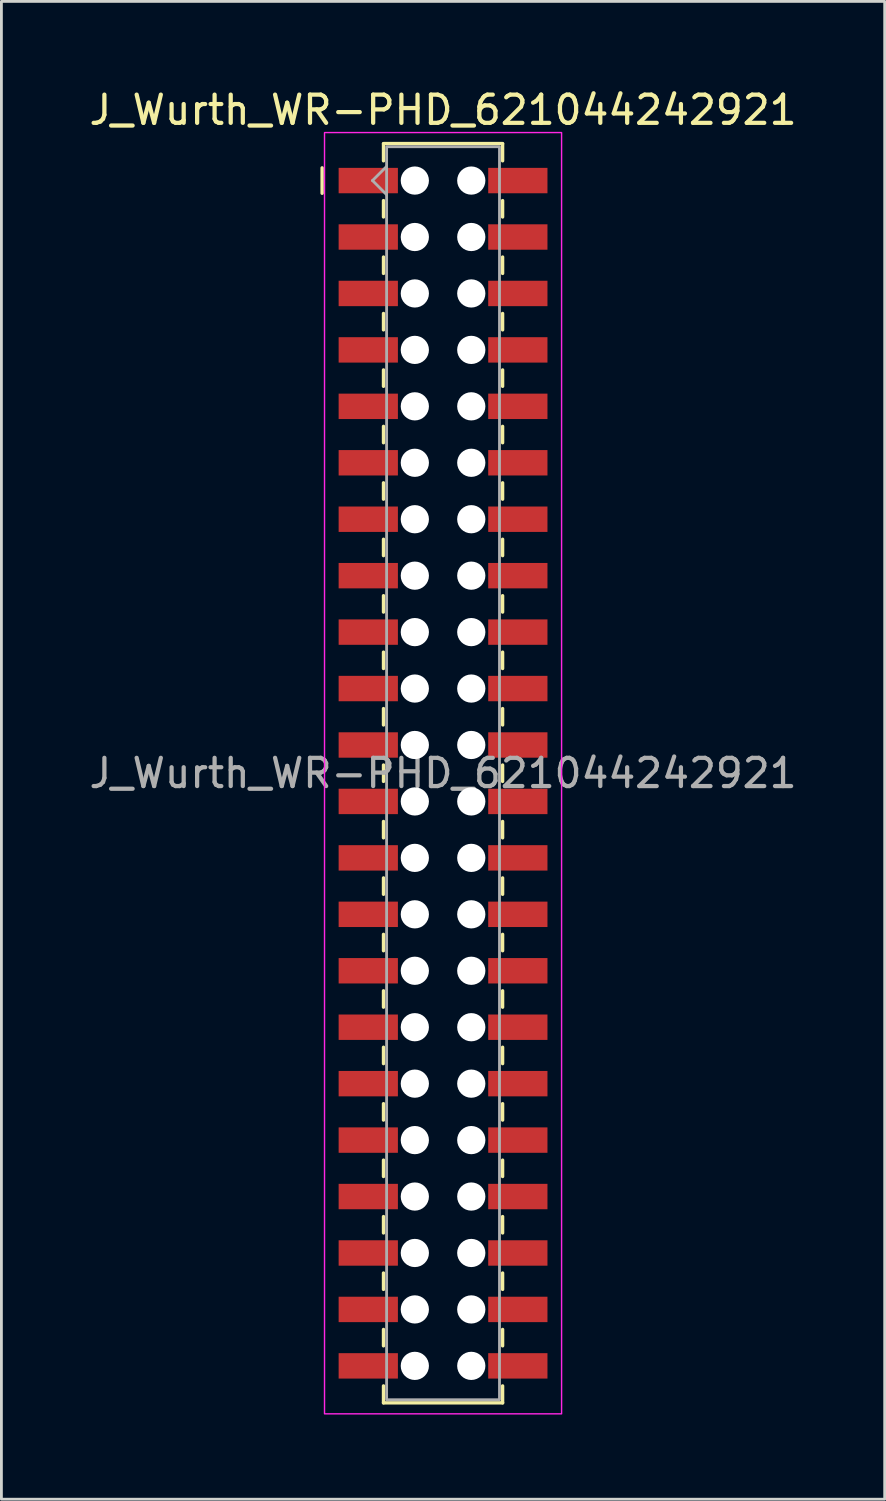
<source format=kicad_pcb>
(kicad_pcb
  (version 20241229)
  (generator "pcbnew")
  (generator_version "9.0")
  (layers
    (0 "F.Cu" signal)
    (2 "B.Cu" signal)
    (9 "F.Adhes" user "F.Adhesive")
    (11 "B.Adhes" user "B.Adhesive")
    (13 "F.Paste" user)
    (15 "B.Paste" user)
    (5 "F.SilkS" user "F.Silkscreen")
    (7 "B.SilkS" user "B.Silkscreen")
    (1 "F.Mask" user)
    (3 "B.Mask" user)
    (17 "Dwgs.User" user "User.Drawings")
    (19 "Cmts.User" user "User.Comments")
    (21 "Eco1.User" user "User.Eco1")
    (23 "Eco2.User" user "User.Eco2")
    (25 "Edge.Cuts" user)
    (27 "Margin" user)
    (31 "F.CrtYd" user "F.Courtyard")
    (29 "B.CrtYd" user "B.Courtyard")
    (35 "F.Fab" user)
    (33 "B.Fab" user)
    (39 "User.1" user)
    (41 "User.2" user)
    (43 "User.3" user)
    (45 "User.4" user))
  (footprint "J_Wurth_WR-PHD_621044242921"
    (layer "F.Cu")
    (at 12.649 24.348)
    (property "Reference" "J_Wurth_WR-PHD_621044242921" (at 0 -23.5 0) (unlocked yes) (layer "F.SilkS") (effects (font (size 1 1) (thickness 0.15))))
    (attr smd)
    (fp_line (start -4.285 -21.45) (end -4.285 -20.55) (stroke (width 0.12) (type solid)) (layer "F.SilkS"))
    (fp_line (start -2.11 -22.31) (end 2.11 -22.31) (stroke (width 0.12) (type solid)) (layer "F.SilkS"))
    (fp_line (start -2.11 -21.7) (end -2.11 -22.3) (stroke (width 0.12) (type solid)) (layer "F.SilkS"))
    (fp_line (start -2.11 -20.29) (end -2.11 -19.71) (stroke (width 0.12) (type solid)) (layer "F.SilkS"))
    (fp_line (start -2.11 -18.29) (end -2.11 -17.71) (stroke (width 0.12) (type solid)) (layer "F.SilkS"))
    (fp_line (start -2.11 -16.29) (end -2.11 -15.71) (stroke (width 0.12) (type solid)) (layer "F.SilkS"))
    (fp_line (start -2.11 -14.29) (end -2.11 -13.71) (stroke (width 0.12) (type solid)) (layer "F.SilkS"))
    (fp_line (start -2.11 -12.29) (end -2.11 -11.71) (stroke (width 0.12) (type solid)) (layer "F.SilkS"))
    (fp_line (start -2.11 -10.29) (end -2.11 -9.71) (stroke (width 0.12) (type solid)) (layer "F.SilkS"))
    (fp_line (start -2.11 -8.29) (end -2.11 -7.71) (stroke (width 0.12) (type solid)) (layer "F.SilkS"))
    (fp_line (start -2.11 -6.29) (end -2.11 -5.71) (stroke (width 0.12) (type solid)) (layer "F.SilkS"))
    (fp_line (start -2.11 -4.29) (end -2.11 -3.71) (stroke (width 0.12) (type solid)) (layer "F.SilkS"))
    (fp_line (start -2.11 -2.29) (end -2.11 -1.71) (stroke (width 0.12) (type solid)) (layer "F.SilkS"))
    (fp_line (start -2.11 -0.29) (end -2.11 0.29) (stroke (width 0.12) (type solid)) (layer "F.SilkS"))
    (fp_line (start -2.11 1.71) (end -2.11 2.29) (stroke (width 0.12) (type solid)) (layer "F.SilkS"))
    (fp_line (start -2.11 3.71) (end -2.11 4.29) (stroke (width 0.12) (type solid)) (layer "F.SilkS"))
    (fp_line (start -2.11 5.71) (end -2.11 6.29) (stroke (width 0.12) (type solid)) (layer "F.SilkS"))
    (fp_line (start -2.11 7.71) (end -2.11 8.29) (stroke (width 0.12) (type solid)) (layer "F.SilkS"))
    (fp_line (start -2.11 9.71) (end -2.11 10.29) (stroke (width 0.12) (type solid)) (layer "F.SilkS"))
    (fp_line (start -2.11 11.71) (end -2.11 12.29) (stroke (width 0.12) (type solid)) (layer "F.SilkS"))
    (fp_line (start -2.11 13.71) (end -2.11 14.29) (stroke (width 0.12) (type solid)) (layer "F.SilkS"))
    (fp_line (start -2.11 15.71) (end -2.11 16.29) (stroke (width 0.12) (type solid)) (layer "F.SilkS"))
    (fp_line (start -2.11 17.71) (end -2.11 18.29) (stroke (width 0.12) (type solid)) (layer "F.SilkS"))
    (fp_line (start -2.11 19.71) (end -2.11 20.29) (stroke (width 0.12) (type solid)) (layer "F.SilkS"))
    (fp_line (start -2.11 21.71) (end -2.11 22.31) (stroke (width 0.12) (type solid)) (layer "F.SilkS"))
    (fp_line (start 2.11 -21.7) (end 2.11 -22.3) (stroke (width 0.12) (type solid)) (layer "F.SilkS"))
    (fp_line (start 2.11 -20.29) (end 2.11 -19.71) (stroke (width 0.12) (type solid)) (layer "F.SilkS"))
    (fp_line (start 2.11 -18.29) (end 2.11 -17.71) (stroke (width 0.12) (type solid)) (layer "F.SilkS"))
    (fp_line (start 2.11 -16.29) (end 2.11 -15.71) (stroke (width 0.12) (type solid)) (layer "F.SilkS"))
    (fp_line (start 2.11 -14.29) (end 2.11 -13.71) (stroke (width 0.12) (type solid)) (layer "F.SilkS"))
    (fp_line (start 2.11 -12.29) (end 2.11 -11.71) (stroke (width 0.12) (type solid)) (layer "F.SilkS"))
    (fp_line (start 2.11 -10.29) (end 2.11 -9.71) (stroke (width 0.12) (type solid)) (layer "F.SilkS"))
    (fp_line (start 2.11 -8.29) (end 2.11 -7.71) (stroke (width 0.12) (type solid)) (layer "F.SilkS"))
    (fp_line (start 2.11 -6.29) (end 2.11 -5.71) (stroke (width 0.12) (type solid)) (layer "F.SilkS"))
    (fp_line (start 2.11 -4.29) (end 2.11 -3.71) (stroke (width 0.12) (type solid)) (layer "F.SilkS"))
    (fp_line (start 2.11 -2.29) (end 2.11 -1.71) (stroke (width 0.12) (type solid)) (layer "F.SilkS"))
    (fp_line (start 2.11 -0.29) (end 2.11 0.29) (stroke (width 0.12) (type solid)) (layer "F.SilkS"))
    (fp_line (start 2.11 1.71) (end 2.11 2.29) (stroke (width 0.12) (type solid)) (layer "F.SilkS"))
    (fp_line (start 2.11 3.71) (end 2.11 4.29) (stroke (width 0.12) (type solid)) (layer "F.SilkS"))
    (fp_line (start 2.11 5.71) (end 2.11 6.29) (stroke (width 0.12) (type solid)) (layer "F.SilkS"))
    (fp_line (start 2.11 7.71) (end 2.11 8.29) (stroke (width 0.12) (type solid)) (layer "F.SilkS"))
    (fp_line (start 2.11 9.71) (end 2.11 10.29) (stroke (width 0.12) (type solid)) (layer "F.SilkS"))
    (fp_line (start 2.11 11.71) (end 2.11 12.29) (stroke (width 0.12) (type solid)) (layer "F.SilkS"))
    (fp_line (start 2.11 13.71) (end 2.11 14.29) (stroke (width 0.12) (type solid)) (layer "F.SilkS"))
    (fp_line (start 2.11 15.71) (end 2.11 16.29) (stroke (width 0.12) (type solid)) (layer "F.SilkS"))
    (fp_line (start 2.11 17.71) (end 2.11 18.29) (stroke (width 0.12) (type solid)) (layer "F.SilkS"))
    (fp_line (start 2.11 19.71) (end 2.11 20.29) (stroke (width 0.12) (type solid)) (layer "F.SilkS"))
    (fp_line (start 2.11 21.71) (end 2.11 22.31) (stroke (width 0.12) (type solid)) (layer "F.SilkS"))
    (fp_line (start 2.11 22.31) (end -2.11 22.31) (stroke (width 0.12) (type solid)) (layer "F.SilkS"))
    (fp_rect (start -4.2 -22.7) (end 4.2 22.7) (stroke (width 0.05) (type solid)) (fill no) (layer "F.CrtYd"))
    (fp_line (start -2.5 -21) (end -2 -20.5) (stroke (width 0.1) (type default)) (layer "F.Fab"))
    (fp_line (start -2 -21.5) (end -2.5 -21) (stroke (width 0.1) (type default)) (layer "F.Fab"))
    (fp_rect (start -2 -22.2) (end 2 22.2) (stroke (width 0.1) (type solid)) (fill no) (layer "F.Fab"))
    (fp_text user "${REFERENCE}" (at 0 0 0) (unlocked yes) (layer "F.Fab") (effects (font (size 1 1) (thickness 0.15))))
    (pad "" np_thru_hole circle (at -1 -21 270) (size 1 1) (drill 1) (layers "*.Cu" "*.Mask"))
    (pad "" np_thru_hole circle (at -1 -19 270) (size 1 1) (drill 1) (layers "*.Cu" "*.Mask"))
    (pad "" np_thru_hole circle (at -1 -17 270) (size 1 1) (drill 1) (layers "*.Cu" "*.Mask"))
    (pad "" np_thru_hole circle (at -1 -15 270) (size 1 1) (drill 1) (layers "*.Cu" "*.Mask"))
    (pad "" np_thru_hole circle (at -1 -13 270) (size 1 1) (drill 1) (layers "*.Cu" "*.Mask"))
    (pad "" np_thru_hole circle (at -1 -11 270) (size 1 1) (drill 1) (layers "*.Cu" "*.Mask"))
    (pad "" np_thru_hole circle (at -1 -9 270) (size 1 1) (drill 1) (layers "*.Cu" "*.Mask"))
    (pad "" np_thru_hole circle (at -1 -7 270) (size 1 1) (drill 1) (layers "*.Cu" "*.Mask"))
    (pad "" np_thru_hole circle (at -1 -5 270) (size 1 1) (drill 1) (layers "*.Cu" "*.Mask"))
    (pad "" np_thru_hole circle (at -1 -3 270) (size 1 1) (drill 1) (layers "*.Cu" "*.Mask"))
    (pad "" np_thru_hole circle (at -1 -1 270) (size 1 1) (drill 1) (layers "*.Cu" "*.Mask"))
    (pad "" np_thru_hole circle (at -1 1 270) (size 1 1) (drill 1) (layers "*.Cu" "*.Mask"))
    (pad "" np_thru_hole circle (at -1 3 270) (size 1 1) (drill 1) (layers "*.Cu" "*.Mask"))
    (pad "" np_thru_hole circle (at -1 5 270) (size 1 1) (drill 1) (layers "*.Cu" "*.Mask"))
    (pad "" np_thru_hole circle (at -1 7 270) (size 1 1) (drill 1) (layers "*.Cu" "*.Mask"))
    (pad "" np_thru_hole circle (at -1 9 270) (size 1 1) (drill 1) (layers "*.Cu" "*.Mask"))
    (pad "" np_thru_hole circle (at -1 11 270) (size 1 1) (drill 1) (layers "*.Cu" "*.Mask"))
    (pad "" np_thru_hole circle (at -1 13 270) (size 1 1) (drill 1) (layers "*.Cu" "*.Mask"))
    (pad "" np_thru_hole circle (at -1 15 270) (size 1 1) (drill 1) (layers "*.Cu" "*.Mask"))
    (pad "" np_thru_hole circle (at -1 17 270) (size 1 1) (drill 1) (layers "*.Cu" "*.Mask"))
    (pad "" np_thru_hole circle (at -1 19 270) (size 1 1) (drill 1) (layers "*.Cu" "*.Mask"))
    (pad "" np_thru_hole circle (at -1 21 270) (size 1 1) (drill 1) (layers "*.Cu" "*.Mask"))
    (pad "" np_thru_hole circle (at 1 -21 270) (size 1 1) (drill 1) (layers "*.Cu" "*.Mask"))
    (pad "" np_thru_hole circle (at 1 -19 270) (size 1 1) (drill 1) (layers "*.Cu" "*.Mask"))
    (pad "" np_thru_hole circle (at 1 -17 270) (size 1 1) (drill 1) (layers "*.Cu" "*.Mask"))
    (pad "" np_thru_hole circle (at 1 -15 270) (size 1 1) (drill 1) (layers "*.Cu" "*.Mask"))
    (pad "" np_thru_hole circle (at 1 -13 270) (size 1 1) (drill 1) (layers "*.Cu" "*.Mask"))
    (pad "" np_thru_hole circle (at 1 -11 270) (size 1 1) (drill 1) (layers "*.Cu" "*.Mask"))
    (pad "" np_thru_hole circle (at 1 -9 270) (size 1 1) (drill 1) (layers "*.Cu" "*.Mask"))
    (pad "" np_thru_hole circle (at 1 -7 270) (size 1 1) (drill 1) (layers "*.Cu" "*.Mask"))
    (pad "" np_thru_hole circle (at 1 -5 270) (size 1 1) (drill 1) (layers "*.Cu" "*.Mask"))
    (pad "" np_thru_hole circle (at 1 -3 270) (size 1 1) (drill 1) (layers "*.Cu" "*.Mask"))
    (pad "" np_thru_hole circle (at 1 -1 270) (size 1 1) (drill 1) (layers "*.Cu" "*.Mask"))
    (pad "" np_thru_hole circle (at 1 1 270) (size 1 1) (drill 1) (layers "*.Cu" "*.Mask"))
    (pad "" np_thru_hole circle (at 1 3 270) (size 1 1) (drill 1) (layers "*.Cu" "*.Mask"))
    (pad "" np_thru_hole circle (at 1 5 270) (size 1 1) (drill 1) (layers "*.Cu" "*.Mask"))
    (pad "" np_thru_hole circle (at 1 7 270) (size 1 1) (drill 1) (layers "*.Cu" "*.Mask"))
    (pad "" np_thru_hole circle (at 1 9 270) (size 1 1) (drill 1) (layers "*.Cu" "*.Mask"))
    (pad "" np_thru_hole circle (at 1 11 270) (size 1 1) (drill 1) (layers "*.Cu" "*.Mask"))
    (pad "" np_thru_hole circle (at 1 13 270) (size 1 1) (drill 1) (layers "*.Cu" "*.Mask"))
    (pad "" np_thru_hole circle (at 1 15 270) (size 1 1) (drill 1) (layers "*.Cu" "*.Mask"))
    (pad "" np_thru_hole circle (at 1 17 270) (size 1 1) (drill 1) (layers "*.Cu" "*.Mask"))
    (pad "" np_thru_hole circle (at 1 19 270) (size 1 1) (drill 1) (layers "*.Cu" "*.Mask"))
    (pad "" np_thru_hole circle (at 1 21 270) (size 1 1) (drill 1) (layers "*.Cu" "*.Mask"))
    (pad "1" smd rect (at -2.65 -21 270) (size 0.9 2.1) (layers "F.Cu" "F.Mask" "F.Paste"))
    (pad "2" smd rect (at 2.65 -21 270) (size 0.9 2.1) (layers "F.Cu" "F.Mask" "F.Paste"))
    (pad "3" smd rect (at -2.65 -19 270) (size 0.9 2.1) (layers "F.Cu" "F.Mask" "F.Paste"))
    (pad "4" smd rect (at 2.65 -19 270) (size 0.9 2.1) (layers "F.Cu" "F.Mask" "F.Paste"))
    (pad "5" smd rect (at -2.65 -17 270) (size 0.9 2.1) (layers "F.Cu" "F.Mask" "F.Paste"))
    (pad "6" smd rect (at 2.65 -17 270) (size 0.9 2.1) (layers "F.Cu" "F.Mask" "F.Paste"))
    (pad "7" smd rect (at -2.65 -15 270) (size 0.9 2.1) (layers "F.Cu" "F.Mask" "F.Paste"))
    (pad "8" smd rect (at 2.65 -15 270) (size 0.9 2.1) (layers "F.Cu" "F.Mask" "F.Paste"))
    (pad "9" smd rect (at -2.65 -13 270) (size 0.9 2.1) (layers "F.Cu" "F.Mask" "F.Paste"))
    (pad "10" smd rect (at 2.65 -13 270) (size 0.9 2.1) (layers "F.Cu" "F.Mask" "F.Paste"))
    (pad "11" smd rect (at -2.65 -11 270) (size 0.9 2.1) (layers "F.Cu" "F.Mask" "F.Paste"))
    (pad "12" smd rect (at 2.65 -11 270) (size 0.9 2.1) (layers "F.Cu" "F.Mask" "F.Paste"))
    (pad "13" smd rect (at -2.65 -9 270) (size 0.9 2.1) (layers "F.Cu" "F.Mask" "F.Paste"))
    (pad "14" smd rect (at 2.65 -9 270) (size 0.9 2.1) (layers "F.Cu" "F.Mask" "F.Paste"))
    (pad "15" smd rect (at -2.65 -7 270) (size 0.9 2.1) (layers "F.Cu" "F.Mask" "F.Paste"))
    (pad "16" smd rect (at 2.65 -7 270) (size 0.9 2.1) (layers "F.Cu" "F.Mask" "F.Paste"))
    (pad "17" smd rect (at -2.65 -5 270) (size 0.9 2.1) (layers "F.Cu" "F.Mask" "F.Paste"))
    (pad "18" smd rect (at 2.65 -5 270) (size 0.9 2.1) (layers "F.Cu" "F.Mask" "F.Paste"))
    (pad "19" smd rect (at -2.65 -3 270) (size 0.9 2.1) (layers "F.Cu" "F.Mask" "F.Paste"))
    (pad "20" smd rect (at 2.65 -3 270) (size 0.9 2.1) (layers "F.Cu" "F.Mask" "F.Paste"))
    (pad "21" smd rect (at -2.65 -1 270) (size 0.9 2.1) (layers "F.Cu" "F.Mask" "F.Paste"))
    (pad "22" smd rect (at 2.65 -1 270) (size 0.9 2.1) (layers "F.Cu" "F.Mask" "F.Paste"))
    (pad "23" smd rect (at -2.65 1 270) (size 0.9 2.1) (layers "F.Cu" "F.Mask" "F.Paste"))
    (pad "24" smd rect (at 2.65 1 270) (size 0.9 2.1) (layers "F.Cu" "F.Mask" "F.Paste"))
    (pad "25" smd rect (at -2.65 3 270) (size 0.9 2.1) (layers "F.Cu" "F.Mask" "F.Paste"))
    (pad "26" smd rect (at 2.65 3 270) (size 0.9 2.1) (layers "F.Cu" "F.Mask" "F.Paste"))
    (pad "27" smd rect (at -2.65 5 270) (size 0.9 2.1) (layers "F.Cu" "F.Mask" "F.Paste"))
    (pad "28" smd rect (at 2.65 5 270) (size 0.9 2.1) (layers "F.Cu" "F.Mask" "F.Paste"))
    (pad "29" smd rect (at -2.65 7 270) (size 0.9 2.1) (layers "F.Cu" "F.Mask" "F.Paste"))
    (pad "30" smd rect (at 2.65 7 270) (size 0.9 2.1) (layers "F.Cu" "F.Mask" "F.Paste"))
    (pad "31" smd rect (at -2.65 9 270) (size 0.9 2.1) (layers "F.Cu" "F.Mask" "F.Paste"))
    (pad "32" smd rect (at 2.65 9 270) (size 0.9 2.1) (layers "F.Cu" "F.Mask" "F.Paste"))
    (pad "33" smd rect (at -2.65 11 270) (size 0.9 2.1) (layers "F.Cu" "F.Mask" "F.Paste"))
    (pad "34" smd rect (at 2.65 11 270) (size 0.9 2.1) (layers "F.Cu" "F.Mask" "F.Paste"))
    (pad "35" smd rect (at -2.65 13 270) (size 0.9 2.1) (layers "F.Cu" "F.Mask" "F.Paste"))
    (pad "36" smd rect (at 2.65 13 270) (size 0.9 2.1) (layers "F.Cu" "F.Mask" "F.Paste"))
    (pad "37" smd rect (at -2.65 15 270) (size 0.9 2.1) (layers "F.Cu" "F.Mask" "F.Paste"))
    (pad "38" smd rect (at 2.65 15 270) (size 0.9 2.1) (layers "F.Cu" "F.Mask" "F.Paste"))
    (pad "39" smd rect (at -2.65 17 270) (size 0.9 2.1) (layers "F.Cu" "F.Mask" "F.Paste"))
    (pad "40" smd rect (at 2.65 17 270) (size 0.9 2.1) (layers "F.Cu" "F.Mask" "F.Paste"))
    (pad "41" smd rect (at -2.65 19 270) (size 0.9 2.1) (layers "F.Cu" "F.Mask" "F.Paste"))
    (pad "42" smd rect (at 2.65 19 270) (size 0.9 2.1) (layers "F.Cu" "F.Mask" "F.Paste"))
    (pad "43" smd rect (at -2.65 21 270) (size 0.9 2.1) (layers "F.Cu" "F.Mask" "F.Paste"))
    (pad "44" smd rect (at 2.65 21 270) (size 0.9 2.1) (layers "F.Cu" "F.Mask" "F.Paste")))
  (gr_rect
    (start -3 -3)
    (end 28.298 50.073)
    (stroke (width 0.1) (type default))
    (fill no)
    (layer "Edge.Cuts")))
</source>
